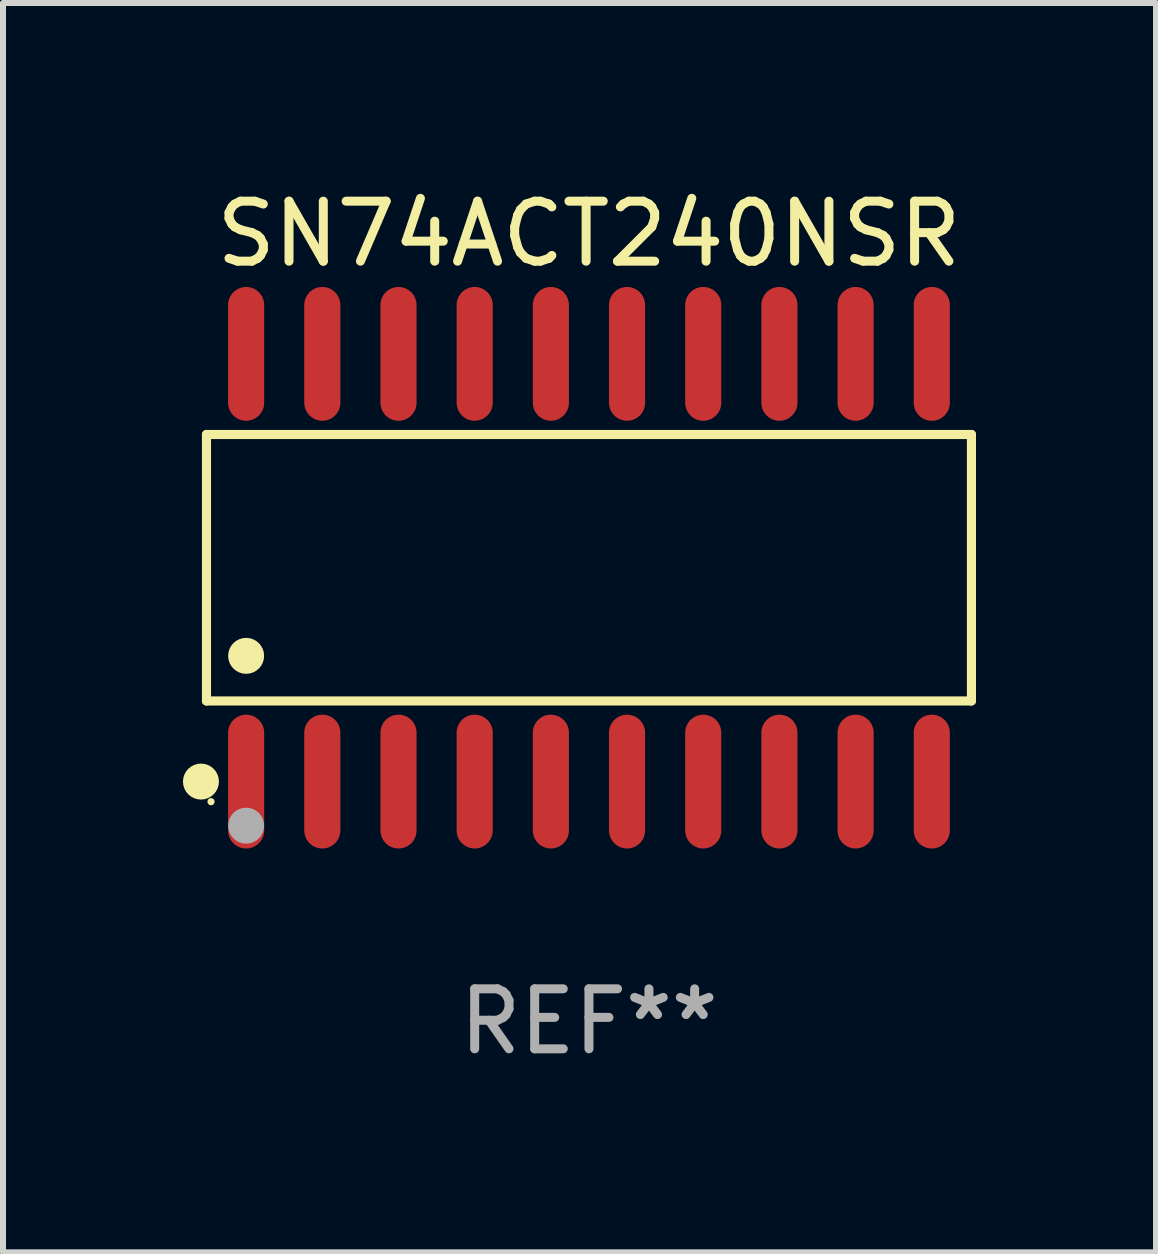
<source format=kicad_pcb>
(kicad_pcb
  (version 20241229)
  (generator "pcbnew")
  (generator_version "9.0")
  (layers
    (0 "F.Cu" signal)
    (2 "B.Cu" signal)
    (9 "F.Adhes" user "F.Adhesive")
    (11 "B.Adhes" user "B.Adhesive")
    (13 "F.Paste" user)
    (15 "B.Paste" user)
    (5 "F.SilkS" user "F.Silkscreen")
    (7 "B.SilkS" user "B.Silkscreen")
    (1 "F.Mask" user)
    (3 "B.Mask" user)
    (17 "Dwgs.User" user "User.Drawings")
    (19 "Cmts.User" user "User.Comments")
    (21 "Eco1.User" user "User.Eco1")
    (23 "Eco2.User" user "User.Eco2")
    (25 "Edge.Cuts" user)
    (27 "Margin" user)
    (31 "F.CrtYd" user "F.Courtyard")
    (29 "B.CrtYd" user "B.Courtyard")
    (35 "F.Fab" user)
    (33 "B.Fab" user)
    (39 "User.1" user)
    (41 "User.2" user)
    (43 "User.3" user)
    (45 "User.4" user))
  (footprint "SN74ACT240NSR"
    (layer "F.Cu")
    (at 6.768 6.414)
    (property "Reference" "SN74ACT240NSR" (at 0 -5.565 0) (layer "F.SilkS") (effects (font (size 1 1) (thickness 0.15))))
    (attr through_hole)
    (fp_line (start -6.376 -2.221) (end 6.376 -2.221) (stroke (width 0.152) (type solid)) (layer "F.SilkS"))
    (fp_line (start -6.376 2.221) (end -6.376 -2.221) (stroke (width 0.152) (type solid)) (layer "F.SilkS"))
    (fp_line (start 6.376 -2.221) (end 6.376 2.221) (stroke (width 0.152) (type solid)) (layer "F.SilkS"))
    (fp_line (start 6.376 2.221) (end -6.376 2.221) (stroke (width 0.152) (type solid)) (layer "F.SilkS"))
    (fp_circle (center -6.468 3.565) (end -6.318 3.565) (stroke (width 0.3) (type solid)) (fill no) (layer "F.SilkS"))
    (fp_circle (center -6.3 3.9) (end -6.27 3.9) (stroke (width 0.06) (type solid)) (fill no) (layer "F.SilkS"))
    (fp_circle (center -5.715 1.469) (end -5.565 1.469) (stroke (width 0.3) (type solid)) (fill no) (layer "F.SilkS"))
    (fp_circle (center -5.715 4.3) (end -5.565 4.3) (stroke (width 0.3) (type solid)) (fill no) (layer "F.Fab"))
    (fp_text user "REF**" (at 0 7.565 0) (layer "F.Fab") (effects (font (size 1 1) (thickness 0.15))))
    (pad "1" smd oval (at -5.715 3.565) (size 0.602 2.231) (layers "F.Cu" "F.Mask" "F.Paste"))
    (pad "2" smd oval (at -4.445 3.565) (size 0.602 2.231) (layers "F.Cu" "F.Mask" "F.Paste"))
    (pad "3" smd oval (at -3.175 3.565) (size 0.602 2.231) (layers "F.Cu" "F.Mask" "F.Paste"))
    (pad "4" smd oval (at -1.905 3.565) (size 0.602 2.231) (layers "F.Cu" "F.Mask" "F.Paste"))
    (pad "5" smd oval (at -0.635 3.565) (size 0.602 2.231) (layers "F.Cu" "F.Mask" "F.Paste"))
    (pad "6" smd oval (at 0.635 3.565) (size 0.602 2.231) (layers "F.Cu" "F.Mask" "F.Paste"))
    (pad "7" smd oval (at 1.905 3.565) (size 0.602 2.231) (layers "F.Cu" "F.Mask" "F.Paste"))
    (pad "8" smd oval (at 3.175 3.565) (size 0.602 2.231) (layers "F.Cu" "F.Mask" "F.Paste"))
    (pad "9" smd oval (at 4.445 3.565) (size 0.602 2.231) (layers "F.Cu" "F.Mask" "F.Paste"))
    (pad "10" smd oval (at 5.715 3.565) (size 0.602 2.231) (layers "F.Cu" "F.Mask" "F.Paste"))
    (pad "11" smd oval (at 5.715 -3.565) (size 0.602 2.231) (layers "F.Cu" "F.Mask" "F.Paste"))
    (pad "12" smd oval (at 4.445 -3.565) (size 0.602 2.231) (layers "F.Cu" "F.Mask" "F.Paste"))
    (pad "13" smd oval (at 3.175 -3.565) (size 0.602 2.231) (layers "F.Cu" "F.Mask" "F.Paste"))
    (pad "14" smd oval (at 1.905 -3.565) (size 0.602 2.231) (layers "F.Cu" "F.Mask" "F.Paste"))
    (pad "15" smd oval (at 0.635 -3.565) (size 0.602 2.231) (layers "F.Cu" "F.Mask" "F.Paste"))
    (pad "16" smd oval (at -0.635 -3.565) (size 0.602 2.231) (layers "F.Cu" "F.Mask" "F.Paste"))
    (pad "17" smd oval (at -1.905 -3.565) (size 0.602 2.231) (layers "F.Cu" "F.Mask" "F.Paste"))
    (pad "18" smd oval (at -3.175 -3.565) (size 0.602 2.231) (layers "F.Cu" "F.Mask" "F.Paste"))
    (pad "19" smd oval (at -4.445 -3.565) (size 0.602 2.231) (layers "F.Cu" "F.Mask" "F.Paste"))
    (pad "20" smd oval (at -5.715 -3.565) (size 0.602 2.231) (layers "F.Cu" "F.Mask" "F.Paste")))
  (gr_rect
    (start -3 -3)
    (end 16.221 17.827)
    (stroke (width 0.1) (type default))
    (fill no)
    (layer "Edge.Cuts")))
</source>
